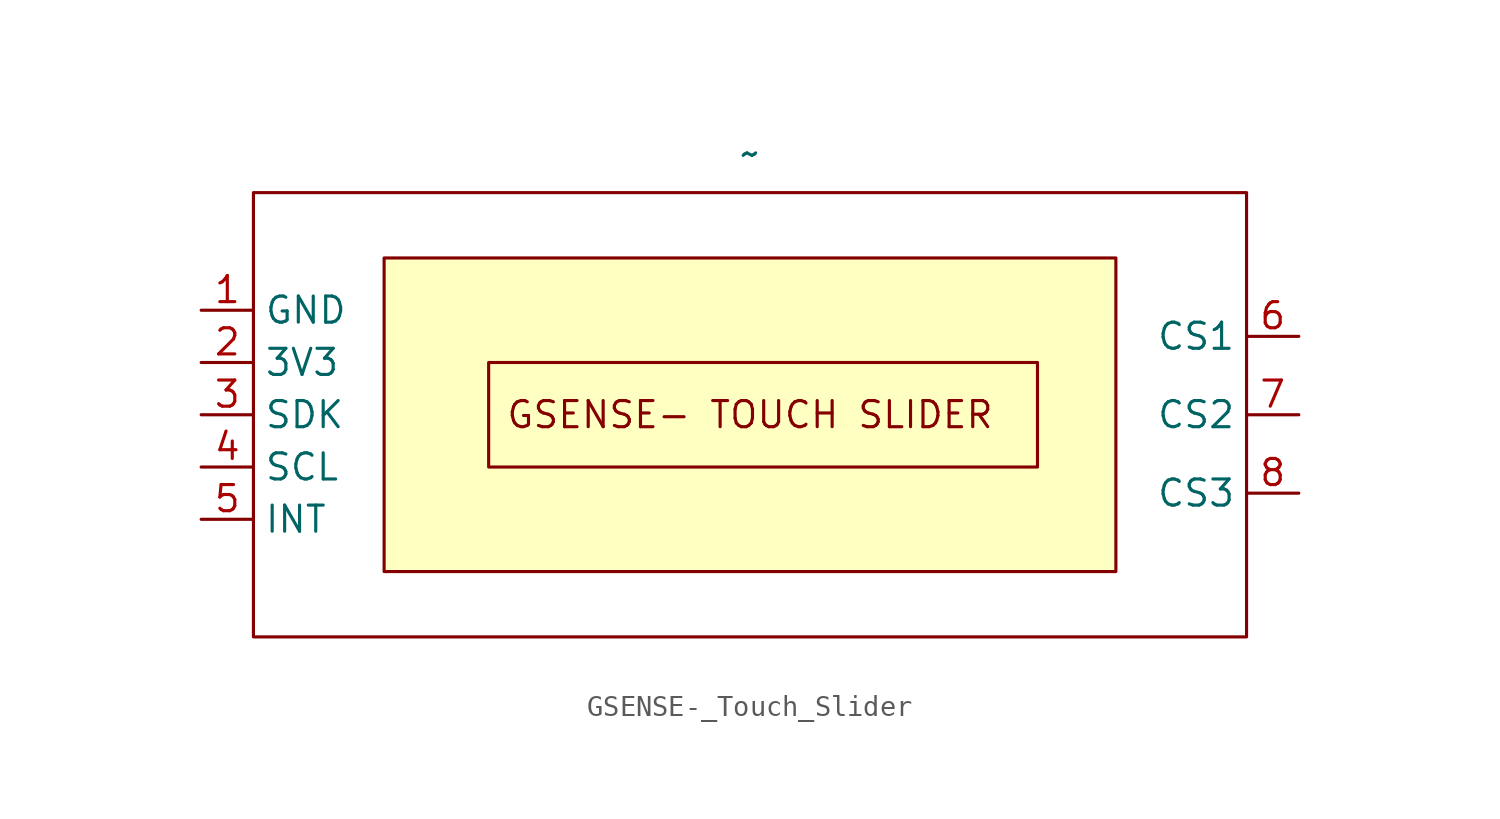
<source format=kicad_sym>
(kicad_symbol_lib
  (version 20241209)
  (generator "kicad_symbol_editor")
  (generator_version "9.0")
  (symbol "GSENSE-_Touch_Slider"
    (property "Reference" "U11"
      (at -58.928 -10.414 0)
      (effects (font (size 1.27 1.27)) (hide yes)))
    (property "Value" "~"
      (at 0 12.7 0)
      (effects (font (size 1.27 1.27))))
    (symbol "GSENSE-_Touch_Slider_0_1"
      (rectangle (start -24.13 10.795) (end 24.13 -10.795) (stroke (width 0) (type default)) (fill (type none))))
    (symbol "GSENSE-_Touch_Slider_1_1"
      (rectangle (start -17.78 7.62) (end 17.78 -7.62) (stroke (width 0) (type solid)) (fill (type background)))
      (rectangle (start -12.7 2.54) (end 13.97 -2.54) (stroke (width 0) (type default)) (fill (type none)))
      (text "GSENSE- TOUCH SLIDER\n" (at 0 0 0) (effects (font (size 1.27 1.27))))
      (pin power_in line (at -26.67 5.08 0) (length 2.54) (name "GND" (effects (font (size 1.27 1.27)))) (number "1" (effects (font (size 1.27 1.27)))))
      (pin power_in line (at -26.67 2.54 0) (length 2.54) (name "3V3" (effects (font (size 1.27 1.27)))) (number "2" (effects (font (size 1.27 1.27)))))
      (pin bidirectional line (at -26.67 0 0) (length 2.54) (name "SDK" (effects (font (size 1.27 1.27)))) (number "3" (effects (font (size 1.27 1.27)))))
      (pin bidirectional line (at -26.67 -2.54 0) (length 2.54) (name "SCL" (effects (font (size 1.27 1.27)))) (number "4" (effects (font (size 1.27 1.27)))))
      (pin bidirectional line (at -26.67 -5.08 0) (length 2.54) (name "INT" (effects (font (size 1.27 1.27)))) (number "5" (effects (font (size 1.27 1.27)))))
      (pin bidirectional line (at 26.67 3.81 180) (length 2.54) (name "CS1" (effects (font (size 1.27 1.27)))) (number "6" (effects (font (size 1.27 1.27)))))
      (pin bidirectional line (at 26.67 0 180) (length 2.54) (name "CS2" (effects (font (size 1.27 1.27)))) (number "7" (effects (font (size 1.27 1.27)))))
      (pin bidirectional line (at 26.67 -3.81 180) (length 2.54) (name "CS3" (effects (font (size 1.27 1.27)))) (number "8" (effects (font (size 1.27 1.27))))))))
</source>
